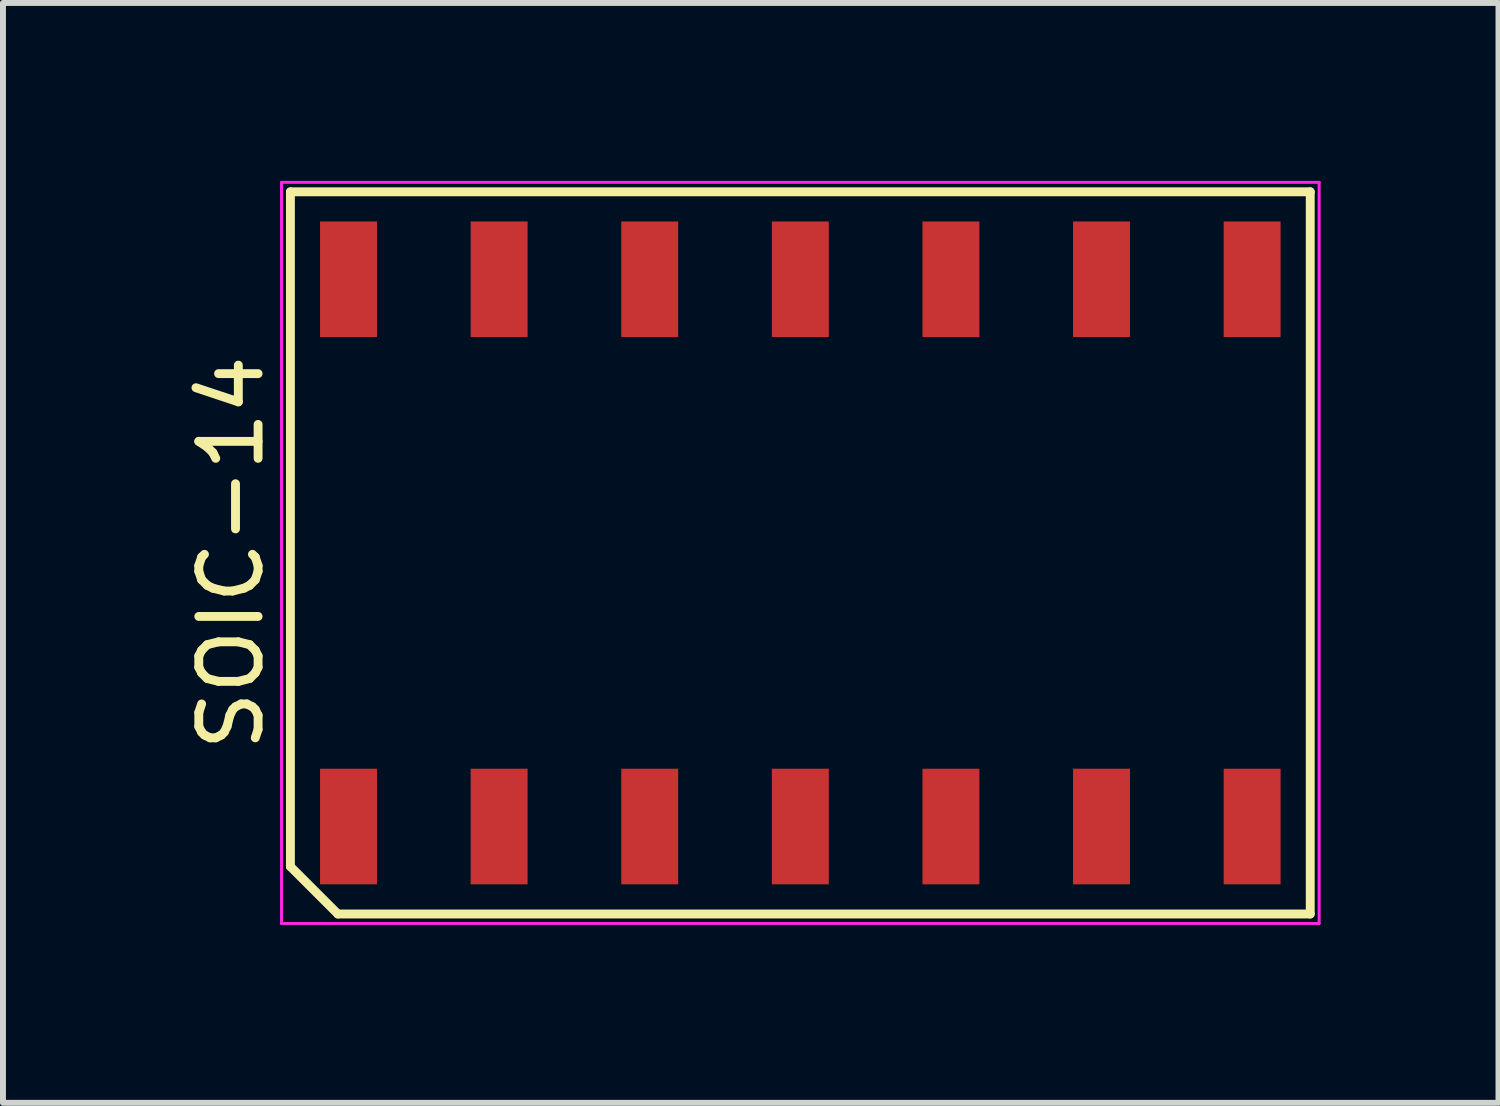
<source format=kicad_pcb>
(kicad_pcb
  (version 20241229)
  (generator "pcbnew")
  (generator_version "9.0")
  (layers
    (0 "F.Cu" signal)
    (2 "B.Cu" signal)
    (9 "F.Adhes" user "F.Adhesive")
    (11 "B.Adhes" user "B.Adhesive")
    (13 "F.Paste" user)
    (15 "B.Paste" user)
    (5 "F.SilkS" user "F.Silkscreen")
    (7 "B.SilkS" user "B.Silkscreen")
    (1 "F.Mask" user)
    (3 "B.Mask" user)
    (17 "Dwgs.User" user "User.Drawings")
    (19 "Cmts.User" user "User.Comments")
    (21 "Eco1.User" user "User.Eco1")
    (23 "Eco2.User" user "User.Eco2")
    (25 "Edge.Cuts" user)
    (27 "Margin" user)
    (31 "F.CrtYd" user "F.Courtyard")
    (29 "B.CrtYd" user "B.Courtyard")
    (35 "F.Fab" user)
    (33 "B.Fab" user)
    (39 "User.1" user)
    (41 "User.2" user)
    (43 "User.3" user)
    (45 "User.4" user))
  (footprint "SOIC-14"
    (layer "F.Cu")
    (at 10.448 6.275)
    (property "Reference" "SOIC-14" (at -9.6 0 90) (layer "F.SilkS") (effects (font (size 1 1) (thickness 0.15))))
    (attr smd)
    (fp_line (start -8.6 -6.09) (end 8.6 -6.09) (stroke (width 0.15) (type solid)) (layer "F.SilkS"))
    (fp_line (start -8.6 5.29) (end -8.6 -6.09) (stroke (width 0.15) (type solid)) (layer "F.SilkS"))
    (fp_line (start -7.8 6.09) (end -8.6 5.29) (stroke (width 0.15) (type solid)) (layer "F.SilkS"))
    (fp_line (start 8.6 -6.09) (end 8.6 6.09) (stroke (width 0.15) (type solid)) (layer "F.SilkS"))
    (fp_line (start 8.6 6.09) (end -7.8 6.09) (stroke (width 0.15) (type solid)) (layer "F.SilkS"))
    (fp_line (start -8.75 -6.25) (end 8.75 -6.25) (stroke (width 0.05) (type solid)) (layer "F.CrtYd"))
    (fp_line (start -8.75 6.25) (end -8.75 -6.25) (stroke (width 0.05) (type solid)) (layer "F.CrtYd"))
    (fp_line (start 8.75 -6.25) (end 8.75 6.25) (stroke (width 0.05) (type solid)) (layer "F.CrtYd"))
    (fp_line (start 8.75 6.25) (end -8.75 6.25) (stroke (width 0.05) (type solid)) (layer "F.CrtYd"))
    (pad "1" smd rect (at -7.62 4.615) (size 0.96 1.95) (layers "F.Cu" "F.Mask" "F.Paste"))
    (pad "2" smd rect (at -5.08 4.615) (size 0.96 1.95) (layers "F.Cu" "F.Mask" "F.Paste"))
    (pad "3" smd rect (at -2.54 4.615) (size 0.96 1.95) (layers "F.Cu" "F.Mask" "F.Paste"))
    (pad "4" smd rect (at 0 4.615) (size 0.96 1.95) (layers "F.Cu" "F.Mask" "F.Paste"))
    (pad "5" smd rect (at 2.54 4.615) (size 0.96 1.95) (layers "F.Cu" "F.Mask" "F.Paste"))
    (pad "6" smd rect (at 5.08 4.615) (size 0.96 1.95) (layers "F.Cu" "F.Mask" "F.Paste"))
    (pad "7" smd rect (at 7.62 4.615) (size 0.96 1.95) (layers "F.Cu" "F.Mask" "F.Paste"))
    (pad "8" smd rect (at 7.62 -4.615) (size 0.96 1.95) (layers "F.Cu" "F.Mask" "F.Paste"))
    (pad "9" smd rect (at 5.08 -4.615) (size 0.96 1.95) (layers "F.Cu" "F.Mask" "F.Paste"))
    (pad "10" smd rect (at 2.54 -4.615) (size 0.96 1.95) (layers "F.Cu" "F.Mask" "F.Paste"))
    (pad "11" smd rect (at 0 -4.615) (size 0.96 1.95) (layers "F.Cu" "F.Mask" "F.Paste"))
    (pad "12" smd rect (at -2.54 -4.615) (size 0.96 1.95) (layers "F.Cu" "F.Mask" "F.Paste"))
    (pad "13" smd rect (at -5.08 -4.615) (size 0.96 1.95) (layers "F.Cu" "F.Mask" "F.Paste"))
    (pad "14" smd rect (at -7.62 -4.615) (size 0.96 1.95) (layers "F.Cu" "F.Mask" "F.Paste")))
  (gr_rect
    (start -3 -3)
    (end 22.223 15.55)
    (stroke (width 0.1) (type default))
    (fill no)
    (layer "Edge.Cuts")))
</source>
